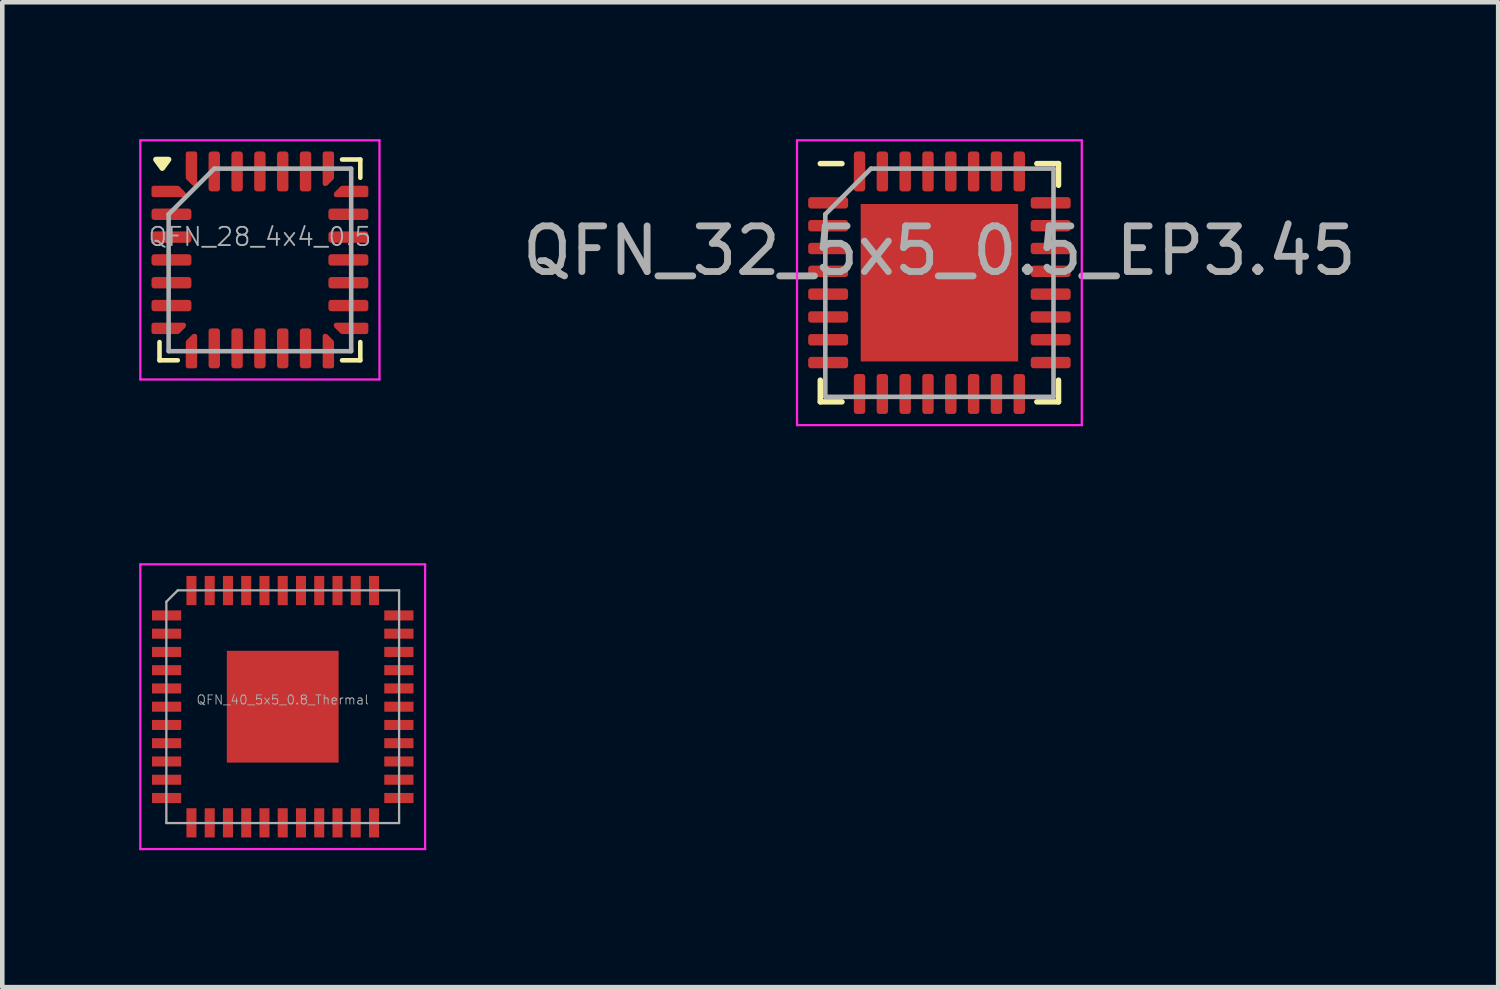
<source format=kicad_pcb>
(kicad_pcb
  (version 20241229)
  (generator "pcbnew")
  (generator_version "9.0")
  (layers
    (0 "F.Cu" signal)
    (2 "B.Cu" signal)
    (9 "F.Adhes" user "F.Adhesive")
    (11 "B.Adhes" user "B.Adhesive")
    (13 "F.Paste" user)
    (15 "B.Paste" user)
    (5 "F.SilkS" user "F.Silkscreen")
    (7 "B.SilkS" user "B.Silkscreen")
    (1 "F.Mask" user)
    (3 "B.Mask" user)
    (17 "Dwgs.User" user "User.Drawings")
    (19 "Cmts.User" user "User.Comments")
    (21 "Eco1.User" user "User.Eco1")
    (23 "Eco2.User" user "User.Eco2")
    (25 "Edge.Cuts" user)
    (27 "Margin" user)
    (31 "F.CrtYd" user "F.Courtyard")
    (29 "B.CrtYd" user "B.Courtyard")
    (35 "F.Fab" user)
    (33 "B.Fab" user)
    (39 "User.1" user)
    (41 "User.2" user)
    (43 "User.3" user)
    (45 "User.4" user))
  (footprint "QFN_28_4x4_0.5"
    (layer "F.Cu")
    (at 2.645 2.645)
    (property "Reference" "QFN_28_4x4_0.5" (at 0 -0.508 0) (unlocked yes) (layer "F.Fab") (effects (font (size 0.4 0.4) (thickness 0.04))))
    (attr smd)
    (fp_line (start -2.2 2.2) (end -2.2 1.8) (stroke (width 0.1) (type default)) (layer "F.SilkS"))
    (fp_line (start -2.2 2.2) (end -1.8 2.2) (stroke (width 0.1) (type default)) (layer "F.SilkS"))
    (fp_line (start 2.2 -2.2) (end 1.8 -2.2) (stroke (width 0.1) (type default)) (layer "F.SilkS"))
    (fp_line (start 2.2 -2.2) (end 2.2 -1.8) (stroke (width 0.1) (type default)) (layer "F.SilkS"))
    (fp_line (start 2.2 2.2) (end 1.8 2.2) (stroke (width 0.1) (type default)) (layer "F.SilkS"))
    (fp_line (start 2.2 2.2) (end 2.2 1.8) (stroke (width 0.1) (type default)) (layer "F.SilkS"))
    (fp_poly (pts (xy -2.14 -2.01) (xy -2.28 -2.2) (xy -2 -2.2) (xy -2.14 -2.01)) (stroke (width 0.12) (type solid)) (fill yes) (layer "F.SilkS"))
    (fp_line (start -2.62 -2.62) (end -2.62 2.62) (stroke (width 0.05) (type solid)) (layer "F.CrtYd"))
    (fp_line (start -2.62 2.62) (end 2.62 2.62) (stroke (width 0.05) (type solid)) (layer "F.CrtYd"))
    (fp_line (start 2.62 -2.62) (end -2.62 -2.62) (stroke (width 0.05) (type solid)) (layer "F.CrtYd"))
    (fp_line (start 2.62 2.62) (end 2.62 -2.62) (stroke (width 0.05) (type solid)) (layer "F.CrtYd"))
    (fp_line (start -2 -1) (end -1 -2) (stroke (width 0.1) (type solid)) (layer "F.Fab"))
    (fp_line (start -2 2) (end -2 -1) (stroke (width 0.1) (type solid)) (layer "F.Fab"))
    (fp_line (start -1 -2) (end 2 -2) (stroke (width 0.1) (type solid)) (layer "F.Fab"))
    (fp_line (start 2 -2) (end 2 2) (stroke (width 0.1) (type solid)) (layer "F.Fab"))
    (fp_line (start 2 2) (end -2 2) (stroke (width 0.1) (type solid)) (layer "F.Fab"))
    (pad "1" smd custom (at -1.998 -1.5) (size 0.137 0.137) (layers "F.Cu" "F.Mask" "F.Paste") (options (anchor circle)) (primitives (gr_poly (pts (xy -0.333 -0.08) (xy 0.199 -0.08) (xy 0.333 0.054) (xy 0.333 0.08) (xy -0.333 0.08)) (width 0.09) (fill yes))))
    (pad "2" smd roundrect (at -1.938 -1) (size 0.875 0.25) (layers "F.Cu" "F.Mask" "F.Paste") (roundrect_rratio 0.25))
    (pad "3" smd roundrect (at -1.938 -0.5) (size 0.875 0.25) (layers "F.Cu" "F.Mask" "F.Paste") (roundrect_rratio 0.25))
    (pad "4" smd roundrect (at -1.938 0) (size 0.875 0.25) (layers "F.Cu" "F.Mask" "F.Paste") (roundrect_rratio 0.25))
    (pad "5" smd roundrect (at -1.938 0.5) (size 0.875 0.25) (layers "F.Cu" "F.Mask" "F.Paste") (roundrect_rratio 0.25))
    (pad "6" smd roundrect (at -1.938 1) (size 0.875 0.25) (layers "F.Cu" "F.Mask" "F.Paste") (roundrect_rratio 0.25))
    (pad "7" smd custom (at -1.998 1.5) (size 0.137 0.137) (layers "F.Cu" "F.Mask" "F.Paste") (options (anchor circle)) (primitives (gr_poly (pts (xy -0.333 -0.08) (xy 0.333 -0.08) (xy 0.333 -0.054) (xy 0.199 0.08) (xy -0.333 0.08)) (width 0.09) (fill yes))))
    (pad "8" smd custom (at -1.5 1.998) (size 0.137 0.137) (layers "F.Cu" "F.Mask" "F.Paste") (options (anchor circle)) (primitives (gr_poly (pts (xy -0.08 -0.199) (xy 0.054 -0.333) (xy 0.08 -0.333) (xy 0.08 0.333) (xy -0.08 0.333)) (width 0.09) (fill yes))))
    (pad "9" smd roundrect (at -1 1.938) (size 0.25 0.875) (layers "F.Cu" "F.Mask" "F.Paste") (roundrect_rratio 0.25))
    (pad "10" smd roundrect (at -0.5 1.938) (size 0.25 0.875) (layers "F.Cu" "F.Mask" "F.Paste") (roundrect_rratio 0.25))
    (pad "11" smd roundrect (at 0 1.938) (size 0.25 0.875) (layers "F.Cu" "F.Mask" "F.Paste") (roundrect_rratio 0.25))
    (pad "12" smd roundrect (at 0.5 1.938) (size 0.25 0.875) (layers "F.Cu" "F.Mask" "F.Paste") (roundrect_rratio 0.25))
    (pad "13" smd roundrect (at 1 1.938) (size 0.25 0.875) (layers "F.Cu" "F.Mask" "F.Paste") (roundrect_rratio 0.25))
    (pad "14" smd custom (at 1.5 1.998) (size 0.137 0.137) (layers "F.Cu" "F.Mask" "F.Paste") (options (anchor circle)) (primitives (gr_poly (pts (xy -0.08 -0.333) (xy -0.054 -0.333) (xy 0.08 -0.199) (xy 0.08 0.333) (xy -0.08 0.333)) (width 0.09) (fill yes))))
    (pad "15" smd custom (at 1.998 1.5) (size 0.137 0.137) (layers "F.Cu" "F.Mask" "F.Paste") (options (anchor circle)) (primitives (gr_poly (pts (xy -0.333 -0.08) (xy 0.333 -0.08) (xy 0.333 0.08) (xy -0.199 0.08) (xy -0.333 -0.054)) (width 0.09) (fill yes))))
    (pad "16" smd roundrect (at 1.938 1) (size 0.875 0.25) (layers "F.Cu" "F.Mask" "F.Paste") (roundrect_rratio 0.25))
    (pad "17" smd roundrect (at 1.938 0.5) (size 0.875 0.25) (layers "F.Cu" "F.Mask" "F.Paste") (roundrect_rratio 0.25))
    (pad "18" smd roundrect (at 1.938 0) (size 0.875 0.25) (layers "F.Cu" "F.Mask" "F.Paste") (roundrect_rratio 0.25))
    (pad "19" smd roundrect (at 1.938 -0.5) (size 0.875 0.25) (layers "F.Cu" "F.Mask" "F.Paste") (roundrect_rratio 0.25))
    (pad "20" smd roundrect (at 1.938 -1) (size 0.875 0.25) (layers "F.Cu" "F.Mask" "F.Paste") (roundrect_rratio 0.25))
    (pad "21" smd custom (at 1.998 -1.5) (size 0.137 0.137) (layers "F.Cu" "F.Mask" "F.Paste") (options (anchor circle)) (primitives (gr_poly (pts (xy -0.333 0.054) (xy -0.199 -0.08) (xy 0.333 -0.08) (xy 0.333 0.08) (xy -0.333 0.08)) (width 0.09) (fill yes))))
    (pad "22" smd custom (at 1.5 -1.998) (size 0.137 0.137) (layers "F.Cu" "F.Mask" "F.Paste") (options (anchor circle)) (primitives (gr_poly (pts (xy -0.08 -0.333) (xy 0.08 -0.333) (xy 0.08 0.199) (xy -0.054 0.333) (xy -0.08 0.333)) (width 0.09) (fill yes))))
    (pad "23" smd roundrect (at 1 -1.938) (size 0.25 0.875) (layers "F.Cu" "F.Mask" "F.Paste") (roundrect_rratio 0.25))
    (pad "24" smd roundrect (at 0.5 -1.938) (size 0.25 0.875) (layers "F.Cu" "F.Mask" "F.Paste") (roundrect_rratio 0.25))
    (pad "25" smd roundrect (at 0 -1.938) (size 0.25 0.875) (layers "F.Cu" "F.Mask" "F.Paste") (roundrect_rratio 0.25))
    (pad "26" smd roundrect (at -0.5 -1.938) (size 0.25 0.875) (layers "F.Cu" "F.Mask" "F.Paste") (roundrect_rratio 0.25))
    (pad "27" smd roundrect (at -1 -1.938) (size 0.25 0.875) (layers "F.Cu" "F.Mask" "F.Paste") (roundrect_rratio 0.25))
    (pad "28" smd custom (at -1.5 -1.998) (size 0.137 0.137) (layers "F.Cu" "F.Mask" "F.Paste") (options (anchor circle)) (primitives (gr_poly (pts (xy -0.08 -0.333) (xy 0.08 -0.333) (xy 0.08 0.333) (xy 0.054 0.333) (xy -0.08 0.199)) (width 0.09) (fill yes)))))
  (footprint "QFN_40_5x5_0.8_Thermal"
    (layer "F.Cu")
    (at 3.145 12.435)
    (property "Reference" "QFN_40_5x5_0.8_Thermal" (at 0 -0.15 0) (unlocked yes) (layer "F.Fab") (effects (font (size 0.2 0.2) (thickness 0.02))))
    (attr through_hole)
    (fp_poly (pts (xy -0.77 -0.77) (xy 0.77 -0.77) (xy 0.77 0.77) (xy -0.77 0.77)) (stroke (width 0.01) (type solid)) (fill yes) (layer "F.Paste"))
    (fp_line (start -3.12 -3.12) (end 3.12 -3.12) (stroke (width 0.05) (type solid)) (layer "F.CrtYd"))
    (fp_line (start -3.12 3.12) (end -3.12 -3.12) (stroke (width 0.05) (type solid)) (layer "F.CrtYd"))
    (fp_line (start 3.12 -3.12) (end 3.12 3.12) (stroke (width 0.05) (type solid)) (layer "F.CrtYd"))
    (fp_line (start 3.12 3.12) (end -3.12 3.12) (stroke (width 0.05) (type solid)) (layer "F.CrtYd"))
    (fp_line (start -2.55 -2.3) (end -2.3 -2.55) (stroke (width 0.05) (type solid)) (layer "F.Fab"))
    (fp_line (start -2.55 2.55) (end -2.55 -2.3) (stroke (width 0.05) (type solid)) (layer "F.Fab"))
    (fp_line (start -2.3 -2.55) (end 2.55 -2.55) (stroke (width 0.05) (type solid)) (layer "F.Fab"))
    (fp_line (start 2.55 -2.55) (end 2.55 2.55) (stroke (width 0.05) (type solid)) (layer "F.Fab"))
    (fp_line (start 2.55 2.55) (end -2.55 2.55) (stroke (width 0.05) (type solid)) (layer "F.Fab"))
    (pad "1" smd rect (at -2.545 -2) (size 0.64 0.22) (layers "F.Cu" "F.Mask" "F.Paste"))
    (pad "2" smd rect (at -2.545 -1.6) (size 0.64 0.22) (layers "F.Cu" "F.Mask" "F.Paste"))
    (pad "3" smd rect (at -2.545 -1.2) (size 0.64 0.22) (layers "F.Cu" "F.Mask" "F.Paste"))
    (pad "4" smd rect (at -2.545 -0.8) (size 0.64 0.22) (layers "F.Cu" "F.Mask" "F.Paste"))
    (pad "5" smd rect (at -2.545 -0.4) (size 0.64 0.22) (layers "F.Cu" "F.Mask" "F.Paste"))
    (pad "6" smd rect (at -2.545 0) (size 0.64 0.22) (layers "F.Cu" "F.Mask" "F.Paste"))
    (pad "7" smd rect (at -2.545 0.4) (size 0.64 0.22) (layers "F.Cu" "F.Mask" "F.Paste"))
    (pad "8" smd rect (at -2.545 0.8) (size 0.64 0.22) (layers "F.Cu" "F.Mask" "F.Paste"))
    (pad "9" smd rect (at -2.545 1.2) (size 0.64 0.22) (layers "F.Cu" "F.Mask" "F.Paste"))
    (pad "10" smd rect (at -2.545 1.6) (size 0.64 0.22) (layers "F.Cu" "F.Mask" "F.Paste"))
    (pad "11" smd rect (at -2.545 2) (size 0.64 0.22) (layers "F.Cu" "F.Mask" "F.Paste"))
    (pad "12" smd rect (at -2 2.545) (size 0.22 0.64) (layers "F.Cu" "F.Mask" "F.Paste"))
    (pad "13" smd rect (at -1.6 2.545) (size 0.22 0.64) (layers "F.Cu" "F.Mask" "F.Paste"))
    (pad "14" smd rect (at -1.2 2.545) (size 0.22 0.64) (layers "F.Cu" "F.Mask" "F.Paste"))
    (pad "15" smd rect (at -0.8 2.545) (size 0.22 0.64) (layers "F.Cu" "F.Mask" "F.Paste"))
    (pad "16" smd rect (at -0.4 2.545) (size 0.22 0.64) (layers "F.Cu" "F.Mask" "F.Paste"))
    (pad "17" smd rect (at 0 2.545) (size 0.22 0.64) (layers "F.Cu" "F.Mask" "F.Paste"))
    (pad "18" smd rect (at 0.4 2.545) (size 0.22 0.64) (layers "F.Cu" "F.Mask" "F.Paste"))
    (pad "19" smd rect (at 0.8 2.545) (size 0.22 0.64) (layers "F.Cu" "F.Mask" "F.Paste"))
    (pad "20" smd rect (at 1.2 2.545) (size 0.22 0.64) (layers "F.Cu" "F.Mask" "F.Paste"))
    (pad "21" smd rect (at 1.6 2.545) (size 0.22 0.64) (layers "F.Cu" "F.Mask" "F.Paste"))
    (pad "22" smd rect (at 2 2.545) (size 0.22 0.64) (layers "F.Cu" "F.Mask" "F.Paste"))
    (pad "23" smd rect (at 2.545 2) (size 0.64 0.22) (layers "F.Cu" "F.Mask" "F.Paste"))
    (pad "24" smd rect (at 2.545 1.6) (size 0.64 0.22) (layers "F.Cu" "F.Mask" "F.Paste"))
    (pad "25" smd rect (at 2.545 1.2) (size 0.64 0.22) (layers "F.Cu" "F.Mask" "F.Paste"))
    (pad "26" smd rect (at 2.545 0.8) (size 0.64 0.22) (layers "F.Cu" "F.Mask" "F.Paste"))
    (pad "27" smd rect (at 2.545 0.4) (size 0.64 0.22) (layers "F.Cu" "F.Mask" "F.Paste"))
    (pad "28" smd rect (at 2.545 0) (size 0.64 0.22) (layers "F.Cu" "F.Mask" "F.Paste"))
    (pad "29" smd rect (at 2.545 -0.4) (size 0.64 0.22) (layers "F.Cu" "F.Mask" "F.Paste"))
    (pad "30" smd rect (at 2.545 -0.8) (size 0.64 0.22) (layers "F.Cu" "F.Mask" "F.Paste"))
    (pad "31" smd rect (at 2.545 -1.2) (size 0.64 0.22) (layers "F.Cu" "F.Mask" "F.Paste"))
    (pad "32" smd rect (at 2.545 -1.6) (size 0.64 0.22) (layers "F.Cu" "F.Mask" "F.Paste"))
    (pad "33" smd rect (at 2.545 -2) (size 0.64 0.22) (layers "F.Cu" "F.Mask" "F.Paste"))
    (pad "34" smd rect (at 2 -2.545) (size 0.22 0.64) (layers "F.Cu" "F.Mask" "F.Paste"))
    (pad "35" smd rect (at 1.6 -2.545) (size 0.22 0.64) (layers "F.Cu" "F.Mask" "F.Paste"))
    (pad "36" smd rect (at 1.2 -2.545) (size 0.22 0.64) (layers "F.Cu" "F.Mask" "F.Paste"))
    (pad "37" smd rect (at 0.8 -2.545) (size 0.22 0.64) (layers "F.Cu" "F.Mask" "F.Paste"))
    (pad "38" smd rect (at 0.4 -2.545) (size 0.22 0.64) (layers "F.Cu" "F.Mask" "F.Paste"))
    (pad "39" smd rect (at 0 -2.545) (size 0.22 0.64) (layers "F.Cu" "F.Mask" "F.Paste"))
    (pad "40" smd rect (at -0.4 -2.545) (size 0.22 0.64) (layers "F.Cu" "F.Mask" "F.Paste"))
    (pad "41" smd rect (at -0.8 -2.545) (size 0.22 0.64) (layers "F.Cu" "F.Mask" "F.Paste"))
    (pad "42" smd rect (at -1.2 -2.545) (size 0.22 0.64) (layers "F.Cu" "F.Mask" "F.Paste"))
    (pad "43" smd rect (at -1.6 -2.545) (size 0.22 0.64) (layers "F.Cu" "F.Mask" "F.Paste"))
    (pad "44" smd rect (at -2 -2.545) (size 0.22 0.64) (layers "F.Cu" "F.Mask" "F.Paste"))
    (pad "45" smd rect (at 0 0) (size 2.45 2.45) (layers "F.Cu" "F.Mask")))
  (footprint "QFN_32_5x5_0.5_EP3.45"
    (layer "F.Cu")
    (at 17.534 3.145)
    (property "Reference" "QFN_32_5x5_0.5_EP3.45" (at 0 -0.7 0) (layer "F.Fab") (effects (font (size 1 1) (thickness 0.15))))
    (attr smd)
    (fp_line (start -2.61 2.61) (end -2.61 2.135) (stroke (width 0.12) (type solid)) (layer "F.SilkS"))
    (fp_line (start -2.135 -2.61) (end -2.61 -2.61) (stroke (width 0.12) (type solid)) (layer "F.SilkS"))
    (fp_line (start -2.135 2.61) (end -2.61 2.61) (stroke (width 0.12) (type solid)) (layer "F.SilkS"))
    (fp_line (start 2.135 -2.61) (end 2.61 -2.61) (stroke (width 0.12) (type solid)) (layer "F.SilkS"))
    (fp_line (start 2.135 2.61) (end 2.61 2.61) (stroke (width 0.12) (type solid)) (layer "F.SilkS"))
    (fp_line (start 2.61 -2.61) (end 2.61 -2.135) (stroke (width 0.12) (type solid)) (layer "F.SilkS"))
    (fp_line (start 2.61 2.61) (end 2.61 2.135) (stroke (width 0.12) (type solid)) (layer "F.SilkS"))
    (fp_line (start -3.12 -3.12) (end -3.12 3.12) (stroke (width 0.05) (type solid)) (layer "F.CrtYd"))
    (fp_line (start -3.12 3.12) (end 3.12 3.12) (stroke (width 0.05) (type solid)) (layer "F.CrtYd"))
    (fp_line (start 3.12 -3.12) (end -3.12 -3.12) (stroke (width 0.05) (type solid)) (layer "F.CrtYd"))
    (fp_line (start 3.12 3.12) (end 3.12 -3.12) (stroke (width 0.05) (type solid)) (layer "F.CrtYd"))
    (fp_line (start -2.5 -1.5) (end -1.5 -2.5) (stroke (width 0.1) (type solid)) (layer "F.Fab"))
    (fp_line (start -2.5 2.5) (end -2.5 -1.5) (stroke (width 0.1) (type solid)) (layer "F.Fab"))
    (fp_line (start -1.5 -2.5) (end 2.5 -2.5) (stroke (width 0.1) (type solid)) (layer "F.Fab"))
    (fp_line (start 2.5 -2.5) (end 2.5 2.5) (stroke (width 0.1) (type solid)) (layer "F.Fab"))
    (fp_line (start 2.5 2.5) (end -2.5 2.5) (stroke (width 0.1) (type solid)) (layer "F.Fab"))
    (pad "" smd roundrect (at -1.15 -1.15) (size 0.93 0.93) (layers "F.Paste") (roundrect_rratio 0.25))
    (pad "" smd roundrect (at -1.15 0) (size 0.93 0.93) (layers "F.Paste") (roundrect_rratio 0.25))
    (pad "" smd roundrect (at -1.15 1.15) (size 0.93 0.93) (layers "F.Paste") (roundrect_rratio 0.25))
    (pad "" smd roundrect (at 0 -1.15) (size 0.93 0.93) (layers "F.Paste") (roundrect_rratio 0.25))
    (pad "" smd roundrect (at 0 0) (size 0.93 0.93) (layers "F.Paste") (roundrect_rratio 0.25))
    (pad "" smd roundrect (at 0 1.15) (size 0.93 0.93) (layers "F.Paste") (roundrect_rratio 0.25))
    (pad "" smd roundrect (at 1.15 -1.15) (size 0.93 0.93) (layers "F.Paste") (roundrect_rratio 0.25))
    (pad "" smd roundrect (at 1.15 0) (size 0.93 0.93) (layers "F.Paste") (roundrect_rratio 0.25))
    (pad "" smd roundrect (at 1.15 1.15) (size 0.93 0.93) (layers "F.Paste") (roundrect_rratio 0.25))
    (pad "1" smd roundrect (at -2.438 -1.75) (size 0.875 0.25) (layers "F.Cu" "F.Mask" "F.Paste") (roundrect_rratio 0.25))
    (pad "2" smd roundrect (at -2.438 -1.25) (size 0.875 0.25) (layers "F.Cu" "F.Mask" "F.Paste") (roundrect_rratio 0.25))
    (pad "3" smd roundrect (at -2.438 -0.75) (size 0.875 0.25) (layers "F.Cu" "F.Mask" "F.Paste") (roundrect_rratio 0.25))
    (pad "4" smd roundrect (at -2.438 -0.25) (size 0.875 0.25) (layers "F.Cu" "F.Mask" "F.Paste") (roundrect_rratio 0.25))
    (pad "5" smd roundrect (at -2.438 0.25) (size 0.875 0.25) (layers "F.Cu" "F.Mask" "F.Paste") (roundrect_rratio 0.25))
    (pad "6" smd roundrect (at -2.438 0.75) (size 0.875 0.25) (layers "F.Cu" "F.Mask" "F.Paste") (roundrect_rratio 0.25))
    (pad "7" smd roundrect (at -2.438 1.25) (size 0.875 0.25) (layers "F.Cu" "F.Mask" "F.Paste") (roundrect_rratio 0.25))
    (pad "8" smd roundrect (at -2.438 1.75) (size 0.875 0.25) (layers "F.Cu" "F.Mask" "F.Paste") (roundrect_rratio 0.25))
    (pad "9" smd roundrect (at -1.75 2.438) (size 0.25 0.875) (layers "F.Cu" "F.Mask" "F.Paste") (roundrect_rratio 0.25))
    (pad "10" smd roundrect (at -1.25 2.438) (size 0.25 0.875) (layers "F.Cu" "F.Mask" "F.Paste") (roundrect_rratio 0.25))
    (pad "11" smd roundrect (at -0.75 2.438) (size 0.25 0.875) (layers "F.Cu" "F.Mask" "F.Paste") (roundrect_rratio 0.25))
    (pad "12" smd roundrect (at -0.25 2.438) (size 0.25 0.875) (layers "F.Cu" "F.Mask" "F.Paste") (roundrect_rratio 0.25))
    (pad "13" smd roundrect (at 0.25 2.438) (size 0.25 0.875) (layers "F.Cu" "F.Mask" "F.Paste") (roundrect_rratio 0.25))
    (pad "14" smd roundrect (at 0.75 2.438) (size 0.25 0.875) (layers "F.Cu" "F.Mask" "F.Paste") (roundrect_rratio 0.25))
    (pad "15" smd roundrect (at 1.25 2.438) (size 0.25 0.875) (layers "F.Cu" "F.Mask" "F.Paste") (roundrect_rratio 0.25))
    (pad "16" smd roundrect (at 1.75 2.438) (size 0.25 0.875) (layers "F.Cu" "F.Mask" "F.Paste") (roundrect_rratio 0.25))
    (pad "17" smd roundrect (at 2.438 1.75) (size 0.875 0.25) (layers "F.Cu" "F.Mask" "F.Paste") (roundrect_rratio 0.25))
    (pad "18" smd roundrect (at 2.438 1.25) (size 0.875 0.25) (layers "F.Cu" "F.Mask" "F.Paste") (roundrect_rratio 0.25))
    (pad "19" smd roundrect (at 2.438 0.75) (size 0.875 0.25) (layers "F.Cu" "F.Mask" "F.Paste") (roundrect_rratio 0.25))
    (pad "20" smd roundrect (at 2.438 0.25) (size 0.875 0.25) (layers "F.Cu" "F.Mask" "F.Paste") (roundrect_rratio 0.25))
    (pad "21" smd roundrect (at 2.438 -0.25) (size 0.875 0.25) (layers "F.Cu" "F.Mask" "F.Paste") (roundrect_rratio 0.25))
    (pad "22" smd roundrect (at 2.438 -0.75) (size 0.875 0.25) (layers "F.Cu" "F.Mask" "F.Paste") (roundrect_rratio 0.25))
    (pad "23" smd roundrect (at 2.438 -1.25) (size 0.875 0.25) (layers "F.Cu" "F.Mask" "F.Paste") (roundrect_rratio 0.25))
    (pad "24" smd roundrect (at 2.438 -1.75) (size 0.875 0.25) (layers "F.Cu" "F.Mask" "F.Paste") (roundrect_rratio 0.25))
    (pad "25" smd roundrect (at 1.75 -2.438) (size 0.25 0.875) (layers "F.Cu" "F.Mask" "F.Paste") (roundrect_rratio 0.25))
    (pad "26" smd roundrect (at 1.25 -2.438) (size 0.25 0.875) (layers "F.Cu" "F.Mask" "F.Paste") (roundrect_rratio 0.25))
    (pad "27" smd roundrect (at 0.75 -2.438) (size 0.25 0.875) (layers "F.Cu" "F.Mask" "F.Paste") (roundrect_rratio 0.25))
    (pad "28" smd roundrect (at 0.25 -2.438) (size 0.25 0.875) (layers "F.Cu" "F.Mask" "F.Paste") (roundrect_rratio 0.25))
    (pad "29" smd roundrect (at -0.25 -2.438) (size 0.25 0.875) (layers "F.Cu" "F.Mask" "F.Paste") (roundrect_rratio 0.25))
    (pad "30" smd roundrect (at -0.75 -2.438) (size 0.25 0.875) (layers "F.Cu" "F.Mask" "F.Paste") (roundrect_rratio 0.25))
    (pad "31" smd roundrect (at -1.25 -2.438) (size 0.25 0.875) (layers "F.Cu" "F.Mask" "F.Paste") (roundrect_rratio 0.25))
    (pad "32" smd roundrect (at -1.75 -2.438) (size 0.25 0.875) (layers "F.Cu" "F.Mask" "F.Paste") (roundrect_rratio 0.25))
    (pad "33" smd rect (at 0 0) (size 3.45 3.45) (layers "F.Cu" "F.Mask")))
  (gr_rect
    (start -3 -3)
    (end 29.778 18.58)
    (stroke (width 0.1) (type default))
    (fill no)
    (layer "Edge.Cuts")))
</source>
